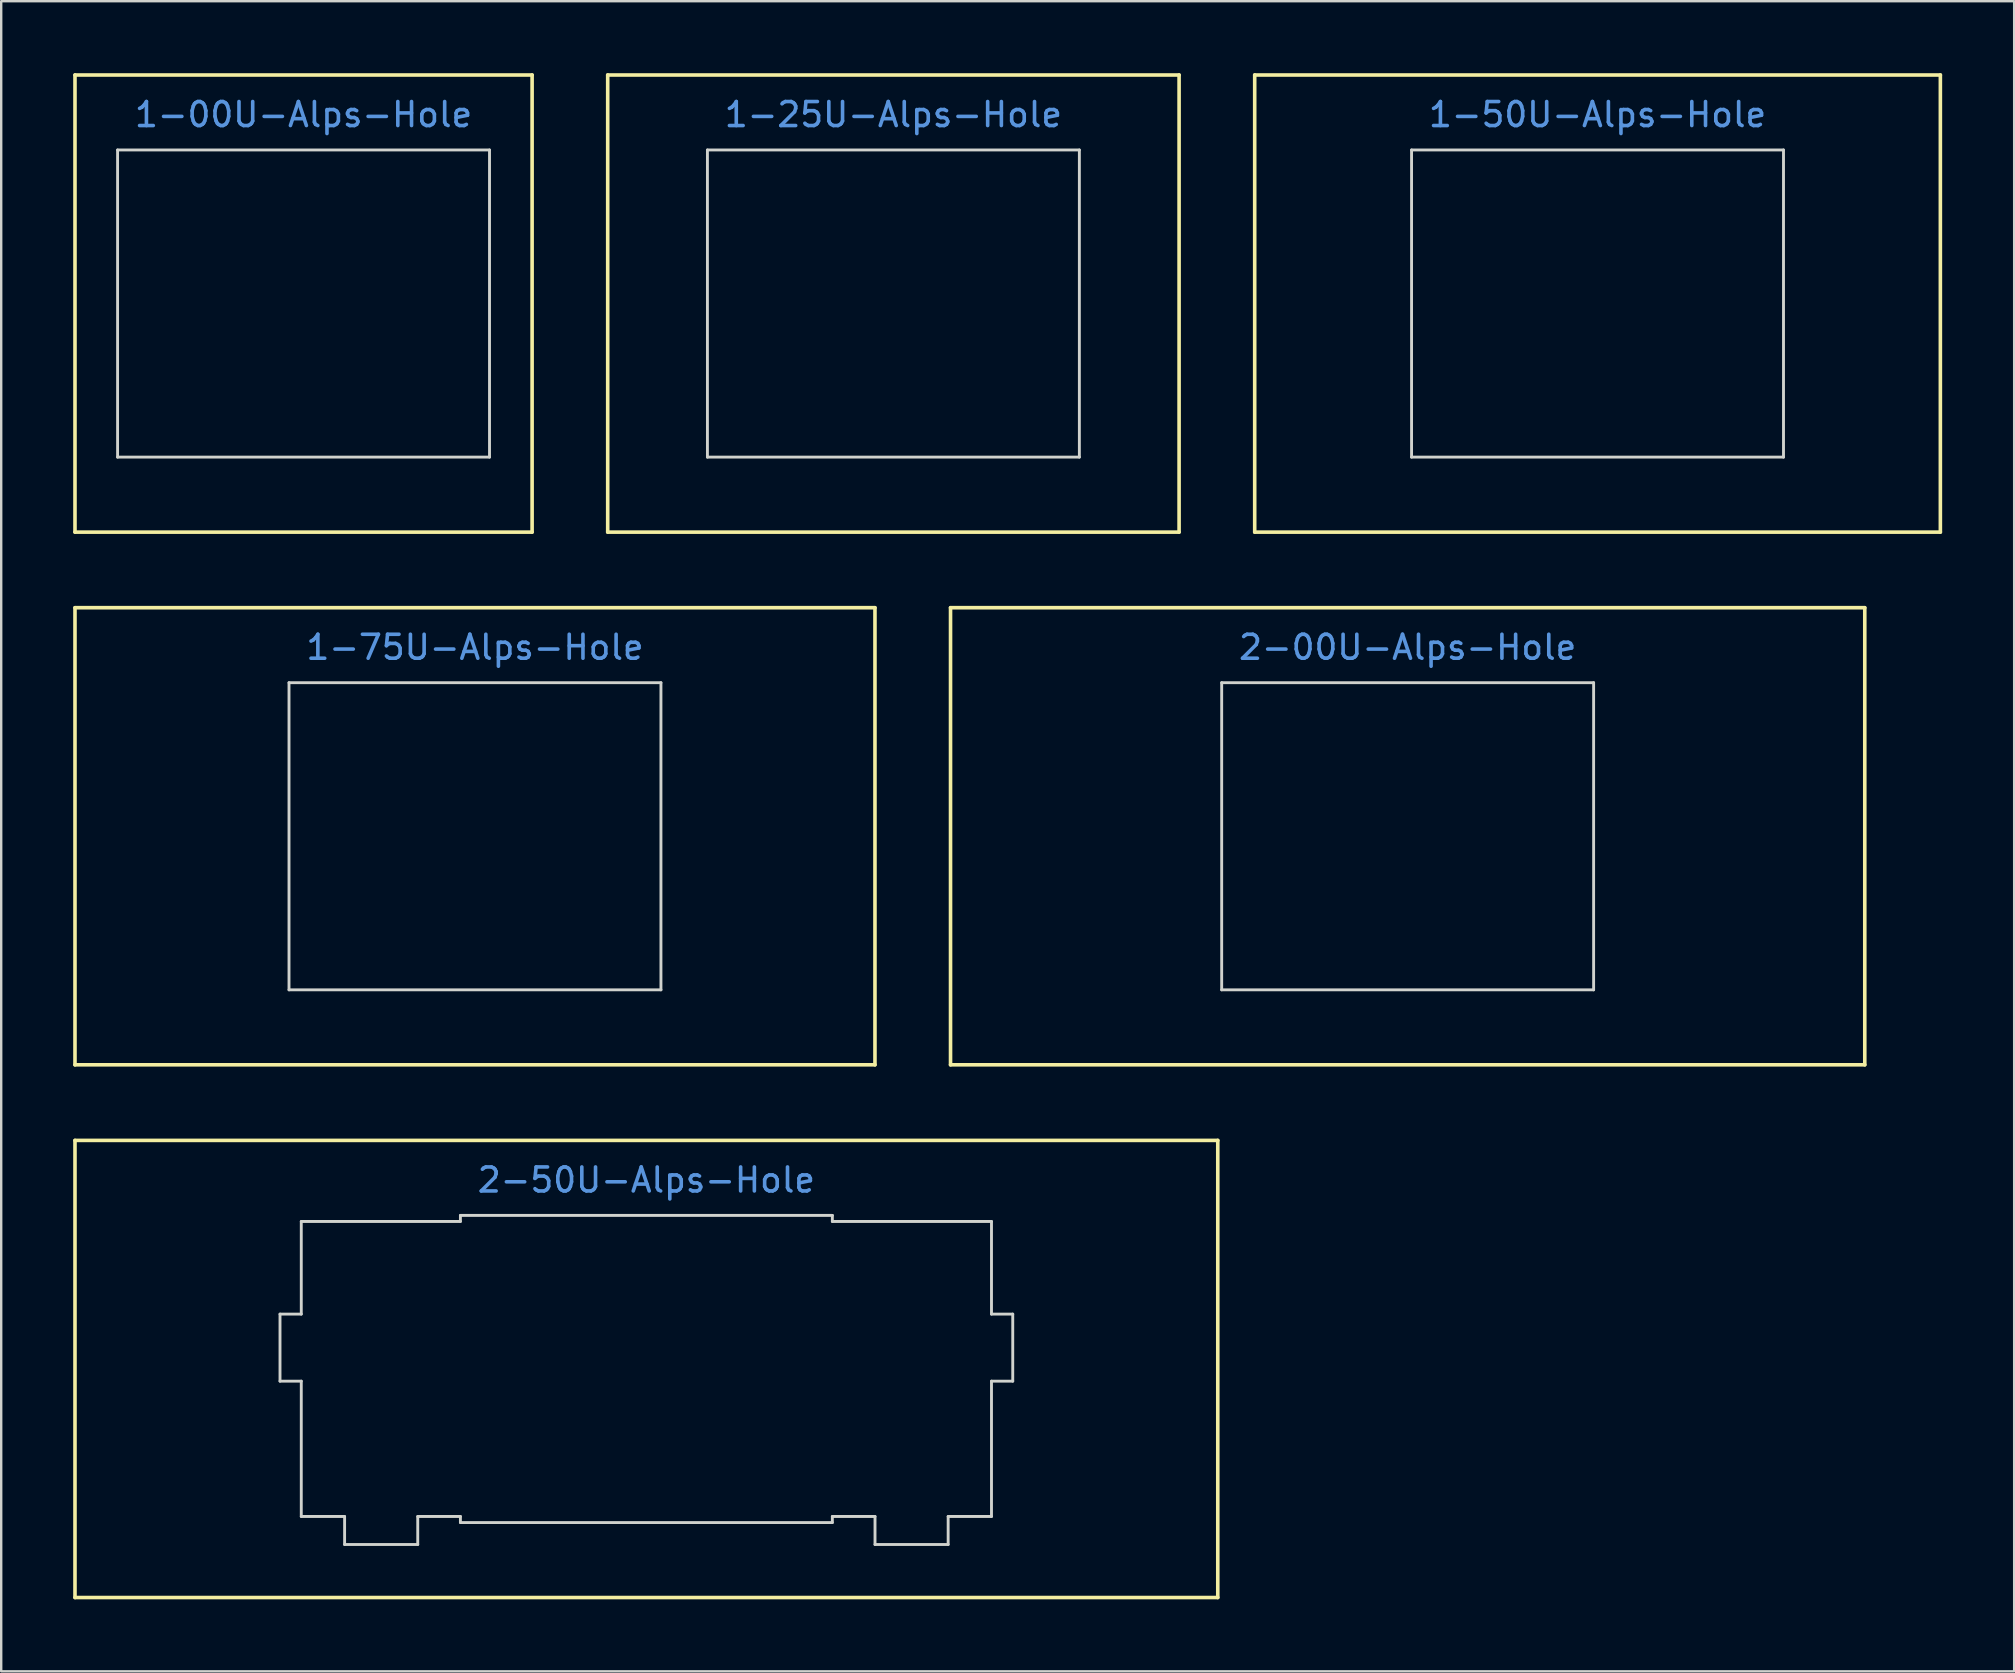
<source format=kicad_pcb>
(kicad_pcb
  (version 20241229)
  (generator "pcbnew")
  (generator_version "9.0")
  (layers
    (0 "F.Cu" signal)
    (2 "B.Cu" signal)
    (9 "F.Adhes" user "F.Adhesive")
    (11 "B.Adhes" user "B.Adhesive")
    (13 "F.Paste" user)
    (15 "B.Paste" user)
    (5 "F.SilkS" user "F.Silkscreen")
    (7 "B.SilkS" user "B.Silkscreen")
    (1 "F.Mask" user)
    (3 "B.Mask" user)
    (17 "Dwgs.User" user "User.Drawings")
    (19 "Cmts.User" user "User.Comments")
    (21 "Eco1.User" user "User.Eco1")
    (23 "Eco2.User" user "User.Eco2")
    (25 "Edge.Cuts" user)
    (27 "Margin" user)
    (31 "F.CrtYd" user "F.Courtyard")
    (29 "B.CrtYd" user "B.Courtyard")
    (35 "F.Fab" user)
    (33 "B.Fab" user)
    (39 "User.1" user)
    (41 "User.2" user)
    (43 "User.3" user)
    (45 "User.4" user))
  (footprint "1-50U-Alps-Hole"
    (layer "F.Cu")
    (at 63.525 9.6)
    (property "Reference" "1-50U-Alps-Hole" (at 0 -7.874 0) (layer "Cmts.User") (effects (font (size 1 1) (thickness 0.15))))
    (attr through_hole)
    (fp_line (start -14.287 -9.525) (end 14.287 -9.525) (stroke (width 0.15) (type solid)) (layer "F.SilkS"))
    (fp_line (start -14.287 9.525) (end -14.287 -9.525) (stroke (width 0.15) (type solid)) (layer "F.SilkS"))
    (fp_line (start 14.287 -9.525) (end 14.287 9.525) (stroke (width 0.15) (type solid)) (layer "F.SilkS"))
    (fp_line (start 14.287 9.525) (end -14.287 9.525) (stroke (width 0.15) (type solid)) (layer "F.SilkS"))
    (fp_line (start -7.75 -6.4) (end -7.75 6.4) (stroke (width 0.12) (type solid)) (layer "Edge.Cuts"))
    (fp_line (start -7.75 -6.4) (end 7.75 -6.4) (stroke (width 0.12) (type solid)) (layer "Edge.Cuts"))
    (fp_line (start -7.75 6.4) (end 7.75 6.4) (stroke (width 0.12) (type solid)) (layer "Edge.Cuts"))
    (fp_line (start 7.75 -6.4) (end 7.75 6.4) (stroke (width 0.12) (type solid)) (layer "Edge.Cuts")))
  (footprint "1-25U-Alps-Hole"
    (layer "F.Cu")
    (at 34.181 9.6)
    (property "Reference" "1-25U-Alps-Hole" (at 0 -7.874 0) (layer "Cmts.User") (effects (font (size 1 1) (thickness 0.15))))
    (attr through_hole)
    (fp_line (start -11.906 -9.525) (end 11.906 -9.525) (stroke (width 0.15) (type solid)) (layer "F.SilkS"))
    (fp_line (start -11.906 9.525) (end -11.906 -9.525) (stroke (width 0.15) (type solid)) (layer "F.SilkS"))
    (fp_line (start 11.906 -9.525) (end 11.906 9.525) (stroke (width 0.15) (type solid)) (layer "F.SilkS"))
    (fp_line (start 11.906 9.525) (end -11.906 9.525) (stroke (width 0.15) (type solid)) (layer "F.SilkS"))
    (fp_line (start -7.75 -6.4) (end -7.75 6.4) (stroke (width 0.12) (type solid)) (layer "Edge.Cuts"))
    (fp_line (start -7.75 -6.4) (end 7.75 -6.4) (stroke (width 0.12) (type solid)) (layer "Edge.Cuts"))
    (fp_line (start -7.75 6.4) (end 7.75 6.4) (stroke (width 0.12) (type solid)) (layer "Edge.Cuts"))
    (fp_line (start 7.75 -6.4) (end 7.75 6.4) (stroke (width 0.12) (type solid)) (layer "Edge.Cuts")))
  (footprint "2-00U-Alps-Hole"
    (layer "F.Cu")
    (at 55.612 31.8)
    (property "Reference" "2-00U-Alps-Hole" (at 0 -7.874 0) (layer "Cmts.User") (effects (font (size 1 1) (thickness 0.15))))
    (attr through_hole)
    (fp_line (start -19.05 -9.525) (end 19.05 -9.525) (stroke (width 0.15) (type solid)) (layer "F.SilkS"))
    (fp_line (start -19.05 9.525) (end -19.05 -9.525) (stroke (width 0.15) (type solid)) (layer "F.SilkS"))
    (fp_line (start 19.05 -9.525) (end 19.05 9.525) (stroke (width 0.15) (type solid)) (layer "F.SilkS"))
    (fp_line (start 19.05 9.525) (end -19.05 9.525) (stroke (width 0.15) (type solid)) (layer "F.SilkS"))
    (fp_line (start -7.75 -6.4) (end -7.75 6.4) (stroke (width 0.12) (type solid)) (layer "Edge.Cuts"))
    (fp_line (start -7.75 -6.4) (end 7.75 -6.4) (stroke (width 0.12) (type solid)) (layer "Edge.Cuts"))
    (fp_line (start -7.75 6.4) (end 7.75 6.4) (stroke (width 0.12) (type solid)) (layer "Edge.Cuts"))
    (fp_line (start 7.75 -6.4) (end 7.75 6.4) (stroke (width 0.12) (type solid)) (layer "Edge.Cuts")))
  (footprint "2-50U-Alps-Hole"
    (layer "F.Cu")
    (at 23.887 54)
    (property "Reference" "2-50U-Alps-Hole" (at 0 -7.874 0) (layer "Cmts.User") (effects (font (size 1 1) (thickness 0.15))))
    (attr through_hole)
    (fp_line (start -23.812 -9.525) (end 23.812 -9.525) (stroke (width 0.15) (type solid)) (layer "F.SilkS"))
    (fp_line (start -23.812 9.525) (end -23.812 -9.525) (stroke (width 0.15) (type solid)) (layer "F.SilkS"))
    (fp_line (start 23.812 -9.525) (end 23.812 9.525) (stroke (width 0.15) (type solid)) (layer "F.SilkS"))
    (fp_line (start 23.812 9.525) (end -23.812 9.525) (stroke (width 0.15) (type solid)) (layer "F.SilkS"))
    (fp_line (start -15.268 -2.286) (end -15.268 0.508) (stroke (width 0.12) (type solid)) (layer "Edge.Cuts"))
    (fp_line (start -14.382 -6.147) (end -14.382 -2.286) (stroke (width 0.12) (type solid)) (layer "Edge.Cuts"))
    (fp_line (start -14.382 -2.286) (end -15.268 -2.286) (stroke (width 0.12) (type solid)) (layer "Edge.Cuts"))
    (fp_line (start -14.382 0.508) (end -15.268 0.508) (stroke (width 0.12) (type solid)) (layer "Edge.Cuts"))
    (fp_line (start -14.382 0.508) (end -14.382 6.147) (stroke (width 0.12) (type solid)) (layer "Edge.Cuts"))
    (fp_line (start -12.576 6.147) (end -14.382 6.147) (stroke (width 0.12) (type solid)) (layer "Edge.Cuts"))
    (fp_line (start -12.576 6.147) (end -12.576 7.315) (stroke (width 0.12) (type solid)) (layer "Edge.Cuts"))
    (fp_line (start -9.528 6.147) (end -9.528 7.315) (stroke (width 0.12) (type solid)) (layer "Edge.Cuts"))
    (fp_line (start -9.528 7.315) (end -12.576 7.315) (stroke (width 0.12) (type solid)) (layer "Edge.Cuts"))
    (fp_line (start -7.75 -6.4) (end -7.75 -6.147) (stroke (width 0.12) (type solid)) (layer "Edge.Cuts"))
    (fp_line (start -7.75 -6.4) (end 7.75 -6.4) (stroke (width 0.12) (type solid)) (layer "Edge.Cuts"))
    (fp_line (start -7.75 -6.147) (end -14.382 -6.147) (stroke (width 0.12) (type solid)) (layer "Edge.Cuts"))
    (fp_line (start -7.75 6.147) (end -9.528 6.147) (stroke (width 0.12) (type solid)) (layer "Edge.Cuts"))
    (fp_line (start -7.75 6.147) (end -7.75 6.4) (stroke (width 0.12) (type solid)) (layer "Edge.Cuts"))
    (fp_line (start -7.75 6.4) (end 7.75 6.4) (stroke (width 0.12) (type solid)) (layer "Edge.Cuts"))
    (fp_line (start 7.75 -6.4) (end 7.75 -6.147) (stroke (width 0.12) (type solid)) (layer "Edge.Cuts"))
    (fp_line (start 7.75 -6.147) (end 14.382 -6.147) (stroke (width 0.12) (type solid)) (layer "Edge.Cuts"))
    (fp_line (start 7.75 6.147) (end 7.75 6.4) (stroke (width 0.12) (type solid)) (layer "Edge.Cuts"))
    (fp_line (start 7.75 6.147) (end 9.528 6.147) (stroke (width 0.12) (type solid)) (layer "Edge.Cuts"))
    (fp_line (start 9.528 6.147) (end 9.528 7.315) (stroke (width 0.12) (type solid)) (layer "Edge.Cuts"))
    (fp_line (start 9.528 7.315) (end 12.576 7.315) (stroke (width 0.12) (type solid)) (layer "Edge.Cuts"))
    (fp_line (start 12.576 6.147) (end 12.576 7.315) (stroke (width 0.12) (type solid)) (layer "Edge.Cuts"))
    (fp_line (start 12.576 6.147) (end 14.382 6.147) (stroke (width 0.12) (type solid)) (layer "Edge.Cuts"))
    (fp_line (start 14.382 -6.147) (end 14.382 -2.286) (stroke (width 0.12) (type solid)) (layer "Edge.Cuts"))
    (fp_line (start 14.382 -2.286) (end 15.268 -2.286) (stroke (width 0.12) (type solid)) (layer "Edge.Cuts"))
    (fp_line (start 14.382 0.508) (end 14.382 6.147) (stroke (width 0.12) (type solid)) (layer "Edge.Cuts"))
    (fp_line (start 14.382 0.508) (end 15.268 0.508) (stroke (width 0.12) (type solid)) (layer "Edge.Cuts"))
    (fp_line (start 15.268 -2.286) (end 15.268 0.508) (stroke (width 0.12) (type solid)) (layer "Edge.Cuts")))
  (footprint "1-75U-Alps-Hole"
    (layer "F.Cu")
    (at 16.744 31.8)
    (property "Reference" "1-75U-Alps-Hole" (at 0 -7.874 0) (layer "Cmts.User") (effects (font (size 1 1) (thickness 0.15))))
    (attr through_hole)
    (fp_line (start -16.669 -9.525) (end 16.669 -9.525) (stroke (width 0.15) (type solid)) (layer "F.SilkS"))
    (fp_line (start -16.669 9.525) (end -16.669 -9.525) (stroke (width 0.15) (type solid)) (layer "F.SilkS"))
    (fp_line (start 16.669 -9.525) (end 16.669 9.525) (stroke (width 0.15) (type solid)) (layer "F.SilkS"))
    (fp_line (start 16.669 9.525) (end -16.669 9.525) (stroke (width 0.15) (type solid)) (layer "F.SilkS"))
    (fp_line (start -7.75 -6.4) (end -7.75 6.4) (stroke (width 0.12) (type solid)) (layer "Edge.Cuts"))
    (fp_line (start -7.75 -6.4) (end 7.75 -6.4) (stroke (width 0.12) (type solid)) (layer "Edge.Cuts"))
    (fp_line (start -7.75 6.4) (end 7.75 6.4) (stroke (width 0.12) (type solid)) (layer "Edge.Cuts"))
    (fp_line (start 7.75 -6.4) (end 7.75 6.4) (stroke (width 0.12) (type solid)) (layer "Edge.Cuts")))
  (footprint "1-00U-Alps-Hole"
    (layer "F.Cu")
    (at 9.6 9.6)
    (property "Reference" "1-00U-Alps-Hole" (at 0 -7.874 0) (layer "Cmts.User") (effects (font (size 1 1) (thickness 0.15))))
    (attr through_hole)
    (fp_line (start -9.525 -9.525) (end 9.525 -9.525) (stroke (width 0.15) (type solid)) (layer "F.SilkS"))
    (fp_line (start -9.525 9.525) (end -9.525 -9.525) (stroke (width 0.15) (type solid)) (layer "F.SilkS"))
    (fp_line (start 9.525 -9.525) (end 9.525 9.525) (stroke (width 0.15) (type solid)) (layer "F.SilkS"))
    (fp_line (start 9.525 9.525) (end -9.525 9.525) (stroke (width 0.15) (type solid)) (layer "F.SilkS"))
    (fp_line (start -7.75 -6.4) (end -7.75 6.4) (stroke (width 0.12) (type solid)) (layer "Edge.Cuts"))
    (fp_line (start -7.75 -6.4) (end 7.75 -6.4) (stroke (width 0.12) (type solid)) (layer "Edge.Cuts"))
    (fp_line (start -7.75 6.4) (end 7.75 6.4) (stroke (width 0.12) (type solid)) (layer "Edge.Cuts"))
    (fp_line (start 7.75 -6.4) (end 7.75 6.4) (stroke (width 0.12) (type solid)) (layer "Edge.Cuts")))
  (gr_rect
    (start -3 -3)
    (end 80.888 66.6)
    (stroke (width 0.1) (type default))
    (fill no)
    (layer "Edge.Cuts")))
</source>
